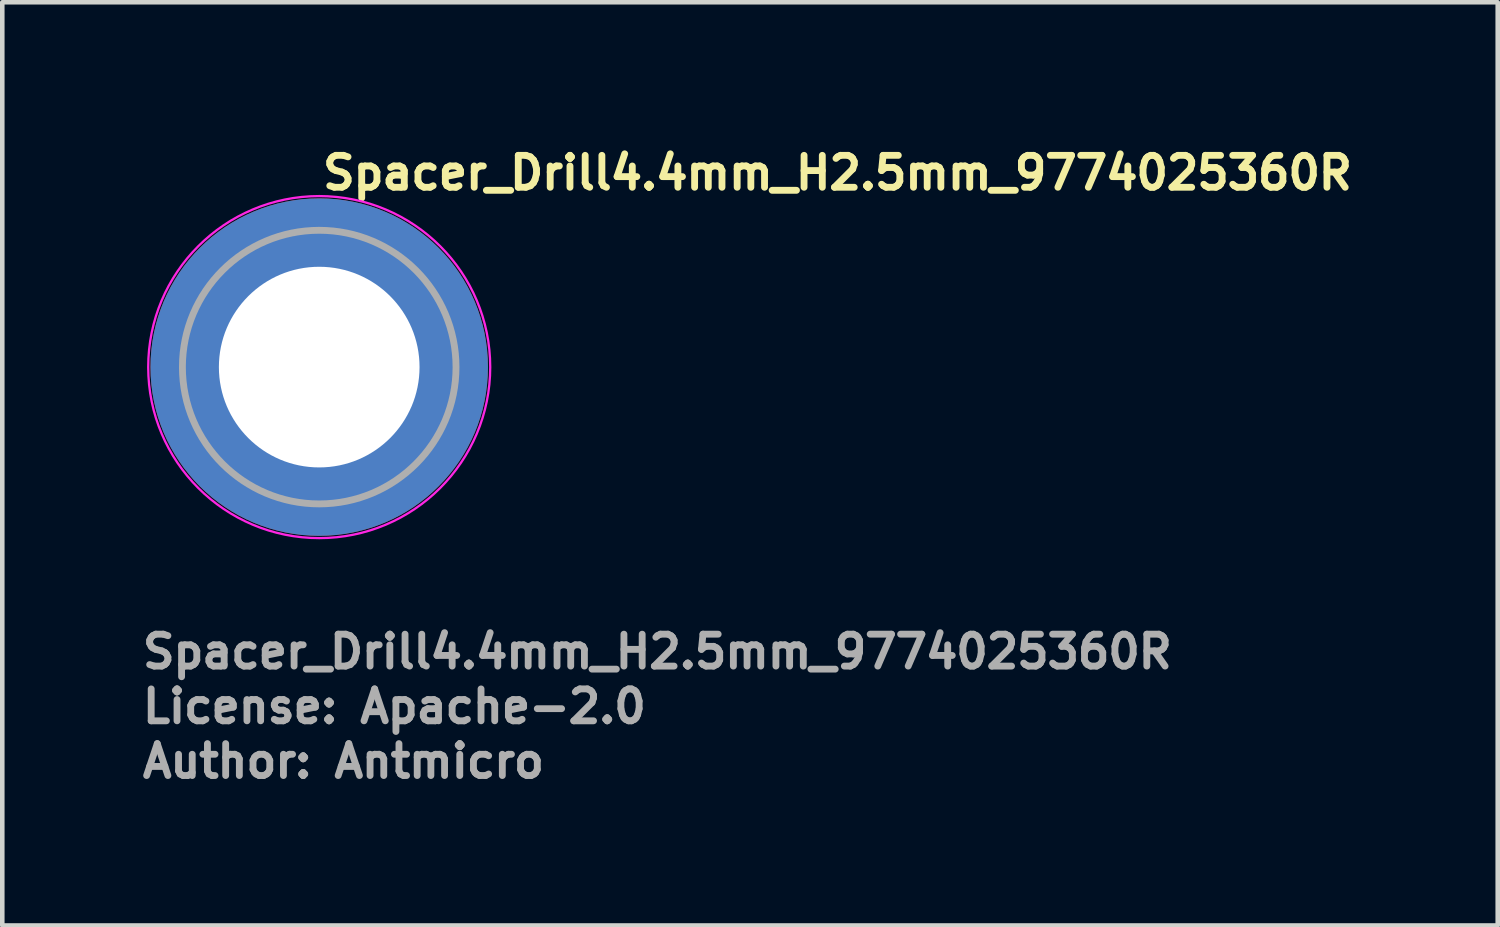
<source format=kicad_pcb>
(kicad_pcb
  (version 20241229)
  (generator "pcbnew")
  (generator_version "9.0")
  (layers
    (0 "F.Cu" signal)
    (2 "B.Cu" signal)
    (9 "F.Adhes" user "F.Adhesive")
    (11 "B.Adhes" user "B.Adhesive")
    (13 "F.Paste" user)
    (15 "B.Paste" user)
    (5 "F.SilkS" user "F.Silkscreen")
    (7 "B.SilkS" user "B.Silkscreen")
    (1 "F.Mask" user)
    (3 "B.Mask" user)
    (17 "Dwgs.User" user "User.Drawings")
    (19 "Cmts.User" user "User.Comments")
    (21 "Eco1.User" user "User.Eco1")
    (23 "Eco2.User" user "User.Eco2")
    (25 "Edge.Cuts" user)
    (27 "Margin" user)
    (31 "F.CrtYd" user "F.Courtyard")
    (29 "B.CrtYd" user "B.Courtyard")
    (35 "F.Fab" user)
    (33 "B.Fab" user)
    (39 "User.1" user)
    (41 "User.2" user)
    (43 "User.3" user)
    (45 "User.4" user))
  (footprint "Spacer_Drill4.4mm_H2.5mm_9774025360R"
    (layer "F.Cu")
    (at 3.95 5)
    (property "Reference" "Spacer_Drill4.4mm_H2.5mm_9774025360R" (at 0 -3.85 0) (layer "F.SilkS") (effects (font (size 0.7 0.7) (thickness 0.15)) (justify left bottom)))
    (attr smd)
    (fp_circle (center 0 0) (end 3.75 0) (stroke (width 0.05) (type solid)) (fill no) (layer "F.CrtYd"))
    (fp_circle (center 0 0) (end 3 0) (stroke (width 0.15) (type solid)) (fill no) (layer "F.Fab"))
    (fp_circle (center 0 0) (end 1.2 0) (stroke (width 0.02) (type default)) (fill no) (layer "User.9"))
    (fp_circle (center 0 0) (end 3 0) (stroke (width 0.02) (type default)) (fill no) (layer "User.9"))
    (fp_text user "${REFERENCE}" (at -3.95 6.65 0) (layer "F.Fab") (effects (font (size 0.7 0.7) (thickness 0.15)) (justify left bottom)))
    (fp_text user "Author: Antmicro" (at -3.95 9.05 0) (layer "F.Fab") (effects (font (size 0.7 0.7) (thickness 0.15)) (justify left bottom)))
    (fp_text user "License: Apache-2.0" (at -3.95 7.85 0) (layer "F.Fab") (effects (font (size 0.7 0.7) (thickness 0.15)) (justify left bottom)))
    (pad "" smd custom (at -2.1 -2.1) (size 0.7 0.7) (layers "F.Paste") (options (anchor circle)) (primitives (gr_arc (start -0.377294 1.707681) (mid 0.317578 0.318818) (end 1.705945 -0.377044) (width 0.2)) (gr_arc (start -0.478281 1.707681) (mid 0.244583 0.250396) (end 1.699539 -0.477144) (width 0.2)) (gr_arc (start -0.579192 1.707681) (mid 0.173852 0.179706) (end 1.699475 -0.57809) (width 0.2)) (gr_arc (start -0.680037 1.707681) (mid 0.102165 0.109975) (end 1.696729 -0.678615) (width 0.2)) (gr_arc (start -0.780822 1.707681) (mid 0.031098 0.039621) (end 1.695722 -0.779322) (width 0.2)) (gr_arc (start -0.881554 1.707681) (mid -0.041167 -0.029528) (end 1.691343 -0.879562) (width 0.2)) (gr_arc (start -0.982237 1.707681) (mid -0.109168 -0.10296) (end 1.69896 -0.98122) (width 0.2)) (gr_arc (start -1.082877 1.707681) (mid -0.184209 -0.16932) (end 1.686763 -1.080475) (width 0.2)) (gr_arc (start -1.183476 1.707681) (mid -0.252982 -0.241979) (end 1.692214 -1.181768) (width 0.2)) (gr_arc (start -1.28404 1.707681) (mid -0.319065 -0.317332) (end 1.705244 -1.283783) (width 0.2)) (gr_line (start 1.708 -0.377) (end 1.708 -1.284) (width 0.2)) (gr_line (start -0.377 1.708) (end -1.284 1.708) (width 0.2))))
    (pad "" smd custom (at -2.1 2.1) (size 0.7 0.7) (layers "F.Paste") (options (anchor circle)) (primitives (gr_arc (start 1.707681 0.377294) (mid 0.318818 -0.317578) (end -0.377044 -1.705945) (width 0.2)) (gr_arc (start 1.707681 0.478281) (mid 0.250396 -0.244583) (end -0.477144 -1.699539) (width 0.2)) (gr_arc (start 1.707681 0.579192) (mid 0.179706 -0.173852) (end -0.57809 -1.699475) (width 0.2)) (gr_arc (start 1.707681 0.680037) (mid 0.109975 -0.102165) (end -0.678615 -1.696729) (width 0.2)) (gr_arc (start 1.707681 0.780822) (mid 0.039621 -0.031098) (end -0.779322 -1.695722) (width 0.2)) (gr_arc (start 1.707681 0.881554) (mid -0.029528 0.041167) (end -0.879562 -1.691343) (width 0.2)) (gr_arc (start 1.707681 0.982237) (mid -0.10485 0.107282) (end -0.981842 -1.704264) (width 0.2)) (gr_arc (start 1.707681 1.082877) (mid -0.169319 0.18421) (end -1.080475 -1.686759) (width 0.2)) (gr_arc (start 1.707681 1.183476) (mid -0.241979 0.252982) (end -1.181768 -1.692214) (width 0.2)) (gr_arc (start 1.707681 1.28404) (mid -0.315258 0.321134) (end -1.283164 -1.699417) (width 0.2)) (gr_line (start -0.377 -1.708) (end -1.284 -1.708) (width 0.2)) (gr_line (start 1.708 0.377) (end 1.708 1.284) (width 0.2))))
    (pad "" smd custom (at 2.1 -2.1) (size 0.7 0.7) (layers "F.Paste") (options (anchor circle)) (primitives (gr_arc (start -1.707681 -0.377294) (mid -0.318817 0.317579) (end 0.377044 1.705947) (width 0.2)) (gr_arc (start -1.707681 -0.478281) (mid -0.248815 0.24616) (end 0.477764 1.703961) (width 0.2)) (gr_arc (start -1.707681 -0.579192) (mid -0.182997 0.170578) (end 0.576824 1.690278) (width 0.2)) (gr_arc (start -1.707681 -0.680037) (mid -0.113388 0.098771) (end 0.67734 1.687185) (width 0.2)) (gr_arc (start -1.707681 -0.780822) (mid -0.039621 0.031098) (end 0.779322 1.695722) (width 0.2)) (gr_arc (start -1.707681 -0.881554) (mid 0.031359 -0.039345) (end 0.880198 1.696469) (width 0.2)) (gr_arc (start -1.707681 -0.982237) (mid 0.101068 -0.111053) (end 0.98059 1.693657) (width 0.2)) (gr_arc (start -1.707681 -1.082877) (mid 0.16932 -0.184209) (end 1.080475 1.686763) (width 0.2)) (gr_arc (start -1.707681 -1.183476) (mid 0.243995 -0.250974) (end 1.182402 1.69787) (width 0.2)) (gr_arc (start -1.707681 -1.28404) (mid 0.315257 -0.321134) (end 1.283162 1.699417) (width 0.2)) (gr_line (start 0.377 1.708) (end 1.284 1.708) (width 0.2)) (gr_line (start -1.708 -0.377) (end -1.708 -1.284) (width 0.2))))
    (pad "" smd custom (at 2.1 2.1) (size 0.7 0.7) (layers "F.Paste") (options (anchor circle)) (primitives (gr_arc (start 0.377294 -1.707681) (mid -0.317579 -0.318817) (end -1.705947 0.377044) (width 0.2)) (gr_arc (start 0.478281 -1.707681) (mid -0.24616 -0.248815) (end -1.703961 0.477764) (width 0.2)) (gr_arc (start 0.579192 -1.707681) (mid -0.170578 -0.182997) (end -1.690278 0.576824) (width 0.2)) (gr_arc (start 0.680037 -1.707681) (mid -0.098771 -0.113388) (end -1.687185 0.67734) (width 0.2)) (gr_arc (start 0.780822 -1.707681) (mid -0.031098 -0.039621) (end -1.695722 0.779322) (width 0.2)) (gr_arc (start 0.881554 -1.707681) (mid 0.039345 0.031359) (end -1.696469 0.880198) (width 0.2)) (gr_arc (start 0.982237 -1.707681) (mid 0.111053 0.101068) (end -1.693657 0.98059) (width 0.2)) (gr_arc (start 1.082877 -1.707681) (mid 0.184209 0.16932) (end -1.686763 1.080475) (width 0.2)) (gr_arc (start 1.183476 -1.707681) (mid 0.250974 0.243995) (end -1.69787 1.182402) (width 0.2)) (gr_arc (start 1.28404 -1.707681) (mid 0.321134 0.315257) (end -1.699417 1.283162) (width 0.2)) (gr_line (start -1.708 0.377) (end -1.708 1.284) (width 0.2)) (gr_line (start 0.377 -1.708) (end 1.284 -1.708) (width 0.2))))
    (pad "1" thru_hole circle (at 0 0) (size 7.4 7.4) (drill 4.4) (layers "*.Cu" "*.Mask")))
  (gr_rect
    (start -3 -3)
    (end 29.793 17.245)
    (stroke (width 0.1) (type default))
    (fill no)
    (layer "Edge.Cuts")))
</source>
